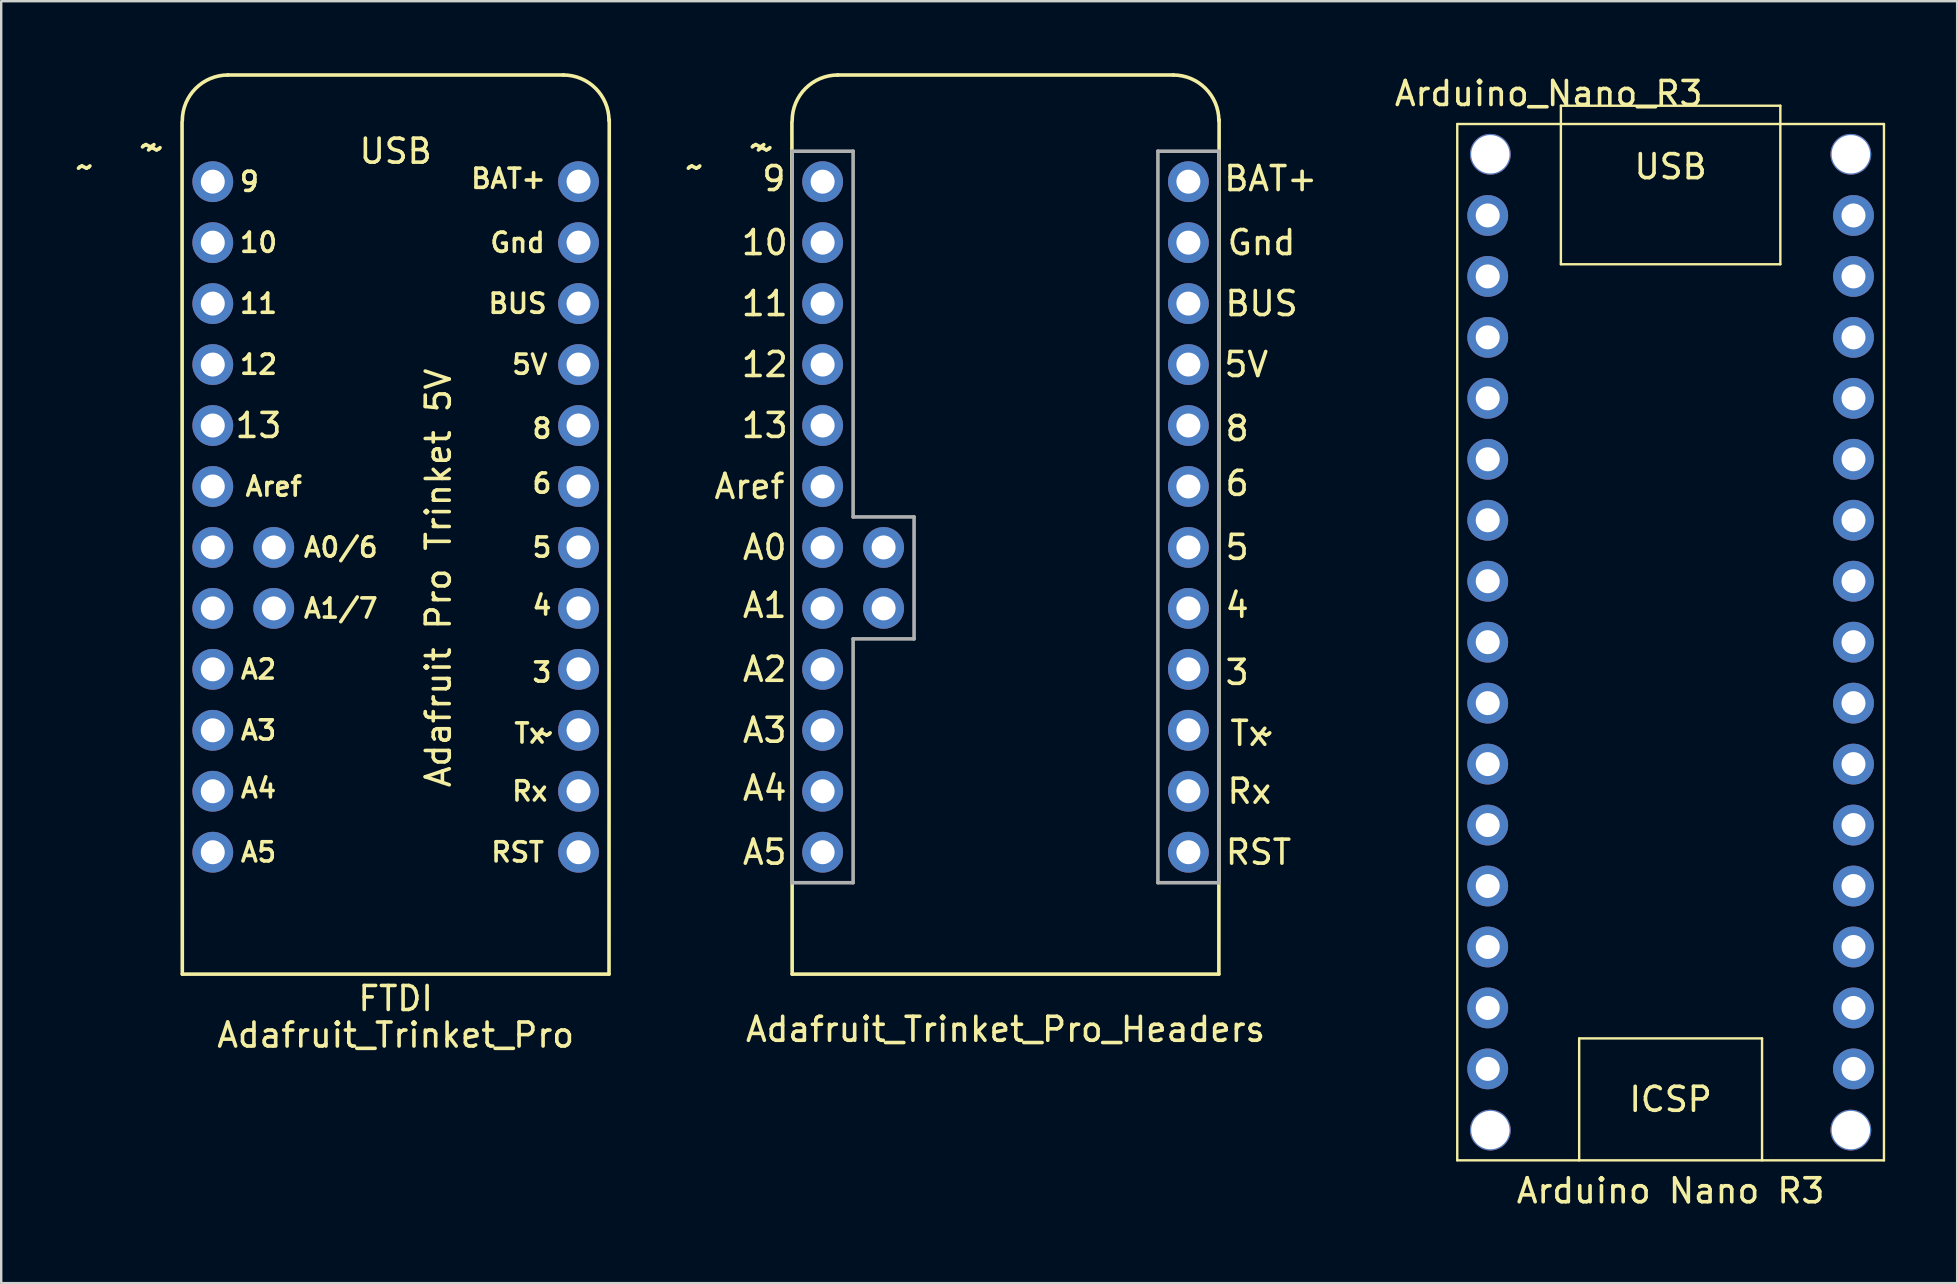
<source format=kicad_pcb>
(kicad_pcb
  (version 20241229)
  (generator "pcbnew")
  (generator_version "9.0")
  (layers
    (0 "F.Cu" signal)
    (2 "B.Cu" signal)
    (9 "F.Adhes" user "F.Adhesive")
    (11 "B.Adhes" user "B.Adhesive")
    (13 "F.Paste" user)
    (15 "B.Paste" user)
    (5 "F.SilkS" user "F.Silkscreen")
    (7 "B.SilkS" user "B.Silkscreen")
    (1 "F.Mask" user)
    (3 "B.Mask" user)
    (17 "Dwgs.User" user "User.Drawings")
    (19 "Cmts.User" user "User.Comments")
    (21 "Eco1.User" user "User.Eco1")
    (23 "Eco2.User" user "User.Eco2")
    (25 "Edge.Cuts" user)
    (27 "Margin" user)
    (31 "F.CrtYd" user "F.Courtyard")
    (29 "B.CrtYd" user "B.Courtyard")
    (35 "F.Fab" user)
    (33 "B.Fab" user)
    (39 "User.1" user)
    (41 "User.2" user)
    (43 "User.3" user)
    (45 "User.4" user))
  (footprint "Adafruit_Trinket_Pro"
    (layer "F.Cu")
    (at 13.436 18.49)
    (property "Reference" "Adafruit_Trinket_Pro" (at 0 21.59 0) (layer "F.SilkS") (effects (font (size 1 1) (thickness 0.15))))
    (attr through_hole)
    (fp_line (start -8.9 -16.45) (end -8.89 19.05) (stroke (width 0.15) (type solid)) (layer "F.SilkS"))
    (fp_line (start -8.89 19.05) (end 8.89 19.05) (stroke (width 0.15) (type solid)) (layer "F.SilkS"))
    (fp_line (start 7 -18.415) (end -7 -18.415) (stroke (width 0.15) (type solid)) (layer "F.SilkS"))
    (fp_line (start 8.9 -16.55) (end 8.89 19.05) (stroke (width 0.15) (type solid)) (layer "F.SilkS"))
    (fp_arc (start -8.89 -16.51) (mid -8.332038 -17.857038) (end -6.985 -18.415) (stroke (width 0.15) (type solid)) (layer "F.SilkS"))
    (fp_arc (start 6.985 -18.415) (mid 8.332038 -17.857038) (end 8.89 -16.51) (stroke (width 0.15) (type solid)) (layer "F.SilkS"))
    (fp_text user "Gnd" (at 5.08 -11.43 0) (layer "F.SilkS") (effects (font (size 0.8 0.8) (thickness 0.15))))
    (fp_text user "A0/6" (at -2.286 1.27 0) (layer "F.SilkS") (effects (font (size 0.8 0.8) (thickness 0.15))))
    (fp_text user "A5" (at -5.715 13.97 0) (layer "F.SilkS") (effects (font (size 0.8 0.8) (thickness 0.15))))
    (fp_text user "6" (at 6.096 -1.397 0) (layer "F.SilkS") (effects (font (size 0.8 0.8) (thickness 0.15))))
    (fp_text user "FTDI" (at 0 20.066 0) (layer "F.SilkS") (effects (font (size 1 1) (thickness 0.15))))
    (fp_text user "A3" (at -5.715 8.89 0) (layer "F.SilkS") (effects (font (size 0.8 0.8) (thickness 0.15))))
    (fp_text user "5" (at 6.096 1.27 0) (layer "F.SilkS") (effects (font (size 0.8 0.8) (thickness 0.15))))
    (fp_text user "BUS" (at 5.08 -8.89 0) (layer "F.SilkS") (effects (font (size 0.8 0.8) (thickness 0.15))))
    (fp_text user "A1/7" (at -2.286 3.81 0) (layer "F.SilkS") (effects (font (size 0.8 0.8) (thickness 0.15))))
    (fp_text user "~" (at -10.033 -15.367 0) (layer "F.SilkS") (effects (font (size 1 1) (thickness 0.15))))
    (fp_text user "9" (at -6.096 -13.97 0) (layer "F.SilkS") (effects (font (size 0.8 0.8) (thickness 0.15))))
    (fp_text user "13" (at -5.715 -3.81 0) (layer "F.SilkS") (effects (font (size 1 1) (thickness 0.15))))
    (fp_text user "~" (at -10.287 -15.494 0) (layer "F.SilkS") (effects (font (size 1 1) (thickness 0.15))))
    (fp_text user "A2" (at -5.715 6.35 0) (layer "F.SilkS") (effects (font (size 0.8 0.8) (thickness 0.15))))
    (fp_text user "10" (at -5.715 -11.43 0) (layer "F.SilkS") (effects (font (size 0.8 0.8) (thickness 0.15))))
    (fp_text user "BAT+" (at 4.699 -14.097 0) (layer "F.SilkS") (effects (font (size 0.8 0.8) (thickness 0.15))))
    (fp_text user "3" (at 6.096 6.477 0) (layer "F.SilkS") (effects (font (size 0.8 0.8) (thickness 0.15))))
    (fp_text user "8" (at 6.096 -3.683 0) (layer "F.SilkS") (effects (font (size 0.8 0.8) (thickness 0.15))))
    (fp_text user "Aref" (at -5.08 -1.27 0) (layer "F.SilkS") (effects (font (size 0.8 0.8) (thickness 0.15))))
    (fp_text user "Tx" (at 5.588 9.017 0) (layer "F.SilkS") (effects (font (size 0.8 0.8) (thickness 0.15))))
    (fp_text user "A4" (at -5.715 11.303 0) (layer "F.SilkS") (effects (font (size 0.8 0.8) (thickness 0.15))))
    (fp_text user "Rx" (at 5.588 11.43 0) (layer "F.SilkS") (effects (font (size 0.8 0.8) (thickness 0.15))))
    (fp_text user "Adafruit Pro Trinket 5V" (at 1.778 2.54 90) (layer "F.SilkS") (effects (font (size 1 1) (thickness 0.15))))
    (fp_text user "RST" (at 5.08 13.97 0) (layer "F.SilkS") (effects (font (size 0.8 0.8) (thickness 0.15))))
    (fp_text user "11" (at -5.715 -8.89 0) (layer "F.SilkS") (effects (font (size 0.8 0.8) (thickness 0.15))))
    (fp_text user "~" (at -12.954 -14.605 0) (layer "F.SilkS") (effects (font (size 1 1) (thickness 0.15))))
    (fp_text user "12" (at -5.715 -6.35 0) (layer "F.SilkS") (effects (font (size 0.8 0.8) (thickness 0.15))))
    (fp_text user "5V" (at 5.588 -6.35 0) (layer "F.SilkS") (effects (font (size 0.8 0.8) (thickness 0.15))))
    (fp_text user "USB" (at 0 -15.24 0) (layer "F.SilkS") (effects (font (size 1 1) (thickness 0.15))))
    (fp_text user "4" (at 6.096 3.683 0) (layer "F.SilkS") (effects (font (size 0.8 0.8) (thickness 0.15))))
    (fp_text user "~" (at 6.223 9.017 0) (layer "F.SilkS") (effects (font (size 1 1) (thickness 0.15))))
    (pad "1" thru_hole circle (at -7.62 -13.97) (size 1.7 1.7) (drill 1) (layers "*.Cu" "*.Mask"))
    (pad "2" thru_hole circle (at -7.62 -11.43) (size 1.7 1.7) (drill 1) (layers "*.Cu" "*.Mask"))
    (pad "3" thru_hole circle (at -7.62 -8.89) (size 1.7 1.7) (drill 1) (layers "*.Cu" "*.Mask"))
    (pad "4" thru_hole circle (at -7.62 -6.35) (size 1.7 1.7) (drill 1) (layers "*.Cu" "*.Mask"))
    (pad "5" thru_hole circle (at -7.62 -3.81) (size 1.7 1.7) (drill 1) (layers "*.Cu" "*.Mask"))
    (pad "6" thru_hole circle (at -7.62 -1.27) (size 1.7 1.7) (drill 1) (layers "*.Cu" "*.Mask"))
    (pad "7" thru_hole circle (at -7.62 1.27) (size 1.7 1.7) (drill 1) (layers "*.Cu" "*.Mask"))
    (pad "7A" thru_hole circle (at -5.08 1.27) (size 1.7 1.7) (drill 1) (layers "*.Cu" "*.Mask"))
    (pad "8" thru_hole circle (at -7.62 3.81) (size 1.7 1.7) (drill 1) (layers "*.Cu" "*.Mask"))
    (pad "8A" thru_hole circle (at -5.08 3.81) (size 1.7 1.7) (drill 1) (layers "*.Cu" "*.Mask"))
    (pad "9" thru_hole circle (at -7.62 6.35) (size 1.7 1.7) (drill 1) (layers "*.Cu" "*.Mask"))
    (pad "10" thru_hole circle (at -7.62 8.89) (size 1.7 1.7) (drill 1) (layers "*.Cu" "*.Mask"))
    (pad "11" thru_hole circle (at -7.62 11.43) (size 1.7 1.7) (drill 1) (layers "*.Cu" "*.Mask"))
    (pad "12" thru_hole circle (at -7.62 13.97) (size 1.7 1.7) (drill 1) (layers "*.Cu" "*.Mask"))
    (pad "13" thru_hole circle (at 7.62 13.97) (size 1.7 1.7) (drill 1) (layers "*.Cu" "*.Mask"))
    (pad "14" thru_hole circle (at 7.62 11.43) (size 1.7 1.7) (drill 1) (layers "*.Cu" "*.Mask"))
    (pad "15" thru_hole circle (at 7.62 8.89) (size 1.7 1.7) (drill 1) (layers "*.Cu" "*.Mask"))
    (pad "16" thru_hole circle (at 7.62 6.35) (size 1.7 1.7) (drill 1) (layers "*.Cu" "*.Mask"))
    (pad "17" thru_hole circle (at 7.62 3.81) (size 1.7 1.7) (drill 1) (layers "*.Cu" "*.Mask"))
    (pad "18" thru_hole circle (at 7.62 1.27) (size 1.7 1.7) (drill 1) (layers "*.Cu" "*.Mask"))
    (pad "19" thru_hole circle (at 7.62 -1.27) (size 1.7 1.7) (drill 1) (layers "*.Cu" "*.Mask"))
    (pad "20" thru_hole circle (at 7.62 -3.81) (size 1.7 1.7) (drill 1) (layers "*.Cu" "*.Mask"))
    (pad "21" thru_hole circle (at 7.62 -6.35) (size 1.7 1.7) (drill 1) (layers "*.Cu" "*.Mask"))
    (pad "22" thru_hole circle (at 7.62 -8.89) (size 1.7 1.7) (drill 1) (layers "*.Cu" "*.Mask"))
    (pad "23" thru_hole circle (at 7.62 -11.43) (size 1.7 1.7) (drill 1) (layers "*.Cu" "*.Mask"))
    (pad "24" thru_hole circle (at 7.62 -13.97) (size 1.7 1.7) (drill 1) (layers "*.Cu" "*.Mask")))
  (footprint "Adafruit_Trinket_Pro_Headers"
    (layer "F.Cu")
    (at 38.847 18.49)
    (property "Reference" "Adafruit_Trinket_Pro_Headers" (at 0 21.35 0) (layer "F.SilkS") (effects (font (size 1 1) (thickness 0.15))))
    (attr through_hole)
    (fp_line (start -8.9 -16.45) (end -8.89 19.05) (stroke (width 0.15) (type solid)) (layer "F.SilkS"))
    (fp_line (start -8.89 19.05) (end 8.89 19.05) (stroke (width 0.15) (type solid)) (layer "F.SilkS"))
    (fp_line (start 7 -18.415) (end -7 -18.415) (stroke (width 0.15) (type solid)) (layer "F.SilkS"))
    (fp_line (start 8.9 -16.55) (end 8.89 19.05) (stroke (width 0.15) (type solid)) (layer "F.SilkS"))
    (fp_arc (start -8.89 -16.51) (mid -8.332038 -17.857038) (end -6.985 -18.415) (stroke (width 0.15) (type solid)) (layer "F.SilkS"))
    (fp_arc (start 6.985 -18.415) (mid 8.332038 -17.857038) (end 8.89 -16.51) (stroke (width 0.15) (type solid)) (layer "F.SilkS"))
    (fp_line (start -8.89 -15.24) (end -6.35 -15.24) (stroke (width 0.15) (type solid)) (layer "F.Fab"))
    (fp_line (start -8.89 15.24) (end -8.89 -15.24) (stroke (width 0.15) (type solid)) (layer "F.Fab"))
    (fp_line (start -6.35 -15.24) (end -6.35 0) (stroke (width 0.15) (type solid)) (layer "F.Fab"))
    (fp_line (start -6.35 0) (end -3.81 0) (stroke (width 0.15) (type solid)) (layer "F.Fab"))
    (fp_line (start -6.35 5.08) (end -6.35 15.24) (stroke (width 0.15) (type solid)) (layer "F.Fab"))
    (fp_line (start -6.35 15.24) (end -8.89 15.24) (stroke (width 0.15) (type solid)) (layer "F.Fab"))
    (fp_line (start -3.81 0) (end -3.81 5.08) (stroke (width 0.15) (type solid)) (layer "F.Fab"))
    (fp_line (start -3.81 5.08) (end -6.35 5.08) (stroke (width 0.15) (type solid)) (layer "F.Fab"))
    (fp_line (start 6.35 -15.24) (end 8.89 -15.24) (stroke (width 0.15) (type solid)) (layer "F.Fab"))
    (fp_line (start 6.35 15.24) (end 6.35 -15.24) (stroke (width 0.15) (type solid)) (layer "F.Fab"))
    (fp_line (start 8.89 -15.24) (end 8.89 15.24) (stroke (width 0.15) (type solid)) (layer "F.Fab"))
    (fp_line (start 8.89 15.24) (end 6.35 15.24) (stroke (width 0.15) (type solid)) (layer "F.Fab"))
    (fp_text user "A3" (at -10.033 8.89 0) (layer "F.SilkS") (effects (font (size 1 1) (thickness 0.15))))
    (fp_text user "A5" (at -10.033 13.97 0) (layer "F.SilkS") (effects (font (size 1 1) (thickness 0.15))))
    (fp_text user "A1" (at -10.033 3.683 0) (layer "F.SilkS") (effects (font (size 1 1) (thickness 0.15))))
    (fp_text user "5" (at 9.652 1.27 0) (layer "F.SilkS") (effects (font (size 1 1) (thickness 0.15))))
    (fp_text user "BUS" (at 10.668 -8.89 0) (layer "F.SilkS") (effects (font (size 1 1) (thickness 0.15))))
    (fp_text user "Gnd" (at 10.668 -11.43 0) (layer "F.SilkS") (effects (font (size 1 1) (thickness 0.15))))
    (fp_text user "Tx" (at 10.16 9.017 0) (layer "F.SilkS") (effects (font (size 1 1) (thickness 0.15))))
    (fp_text user "6" (at 9.652 -1.397 0) (layer "F.SilkS") (effects (font (size 1 1) (thickness 0.15))))
    (fp_text user "4" (at 9.652 3.683 0) (layer "F.SilkS") (effects (font (size 1 1) (thickness 0.15))))
    (fp_text user "BAT+" (at 11.049 -14.097 0) (layer "F.SilkS") (effects (font (size 1 1) (thickness 0.15))))
    (fp_text user "~" (at 10.795 9.017 0) (layer "F.SilkS") (effects (font (size 1 1) (thickness 0.15))))
    (fp_text user "A2" (at -10.033 6.35 0) (layer "F.SilkS") (effects (font (size 1 1) (thickness 0.15))))
    (fp_text user "13" (at -10.033 -3.81 0) (layer "F.SilkS") (effects (font (size 1 1) (thickness 0.15))))
    (fp_text user "Aref" (at -10.668 -1.27 0) (layer "F.SilkS") (effects (font (size 1 1) (thickness 0.15))))
    (fp_text user "~" (at -10.033 -15.367 0) (layer "F.SilkS") (effects (font (size 1 1) (thickness 0.15))))
    (fp_text user "12" (at -10.033 -6.35 0) (layer "F.SilkS") (effects (font (size 1 1) (thickness 0.15))))
    (fp_text user "11" (at -10.033 -8.89 0) (layer "F.SilkS") (effects (font (size 1 1) (thickness 0.15))))
    (fp_text user "~" (at -10.287 -15.494 0) (layer "F.SilkS") (effects (font (size 1 1) (thickness 0.15))))
    (fp_text user "Rx" (at 10.16 11.43 0) (layer "F.SilkS") (effects (font (size 1 1) (thickness 0.15))))
    (fp_text user "5V" (at 10.033 -6.35 0) (layer "F.SilkS") (effects (font (size 1 1) (thickness 0.15))))
    (fp_text user "8" (at 9.652 -3.683 0) (layer "F.SilkS") (effects (font (size 1 1) (thickness 0.15))))
    (fp_text user "A0" (at -10.033 1.27 0) (layer "F.SilkS") (effects (font (size 1 1) (thickness 0.15))))
    (fp_text user "3" (at 9.652 6.477 0) (layer "F.SilkS") (effects (font (size 1 1) (thickness 0.15))))
    (fp_text user "9" (at -9.652 -14.097 0) (layer "F.SilkS") (effects (font (size 1 1) (thickness 0.15))))
    (fp_text user "RST" (at 10.541 13.97 0) (layer "F.SilkS") (effects (font (size 1 1) (thickness 0.15))))
    (fp_text user "10" (at -10.033 -11.43 0) (layer "F.SilkS") (effects (font (size 1 1) (thickness 0.15))))
    (fp_text user "~" (at -12.954 -14.605 0) (layer "F.SilkS") (effects (font (size 1 1) (thickness 0.15))))
    (fp_text user "A4" (at -10.033 11.303 0) (layer "F.SilkS") (effects (font (size 1 1) (thickness 0.15))))
    (pad "1" thru_hole circle (at -7.62 -13.97) (size 1.7 1.7) (drill 1) (layers "*.Cu" "*.Mask"))
    (pad "2" thru_hole circle (at -7.62 -11.43) (size 1.7 1.7) (drill 1) (layers "*.Cu" "*.Mask"))
    (pad "3" thru_hole circle (at -7.62 -8.89) (size 1.7 1.7) (drill 1) (layers "*.Cu" "*.Mask"))
    (pad "4" thru_hole circle (at -7.62 -6.35) (size 1.7 1.7) (drill 1) (layers "*.Cu" "*.Mask"))
    (pad "5" thru_hole circle (at -7.62 -3.81) (size 1.7 1.7) (drill 1) (layers "*.Cu" "*.Mask"))
    (pad "6" thru_hole circle (at -7.62 -1.27) (size 1.7 1.7) (drill 1) (layers "*.Cu" "*.Mask"))
    (pad "7" thru_hole circle (at -7.62 1.27) (size 1.7 1.7) (drill 1) (layers "*.Cu" "*.Mask"))
    (pad "7A" thru_hole circle (at -5.08 1.27) (size 1.7 1.7) (drill 1) (layers "*.Cu" "*.Mask"))
    (pad "8" thru_hole circle (at -7.62 3.81) (size 1.7 1.7) (drill 1) (layers "*.Cu" "*.Mask"))
    (pad "8A" thru_hole circle (at -5.08 3.81) (size 1.7 1.7) (drill 1) (layers "*.Cu" "*.Mask"))
    (pad "9" thru_hole circle (at -7.62 6.35) (size 1.7 1.7) (drill 1) (layers "*.Cu" "*.Mask"))
    (pad "10" thru_hole circle (at -7.62 8.89) (size 1.7 1.7) (drill 1) (layers "*.Cu" "*.Mask"))
    (pad "11" thru_hole circle (at -7.62 11.43) (size 1.7 1.7) (drill 1) (layers "*.Cu" "*.Mask"))
    (pad "12" thru_hole circle (at -7.62 13.97) (size 1.7 1.7) (drill 1) (layers "*.Cu" "*.Mask"))
    (pad "13" thru_hole circle (at 7.62 13.97) (size 1.7 1.7) (drill 1) (layers "*.Cu" "*.Mask"))
    (pad "14" thru_hole circle (at 7.62 11.43) (size 1.7 1.7) (drill 1) (layers "*.Cu" "*.Mask"))
    (pad "15" thru_hole circle (at 7.62 8.89) (size 1.7 1.7) (drill 1) (layers "*.Cu" "*.Mask"))
    (pad "16" thru_hole circle (at 7.62 6.35) (size 1.7 1.7) (drill 1) (layers "*.Cu" "*.Mask"))
    (pad "17" thru_hole circle (at 7.62 3.81) (size 1.7 1.7) (drill 1) (layers "*.Cu" "*.Mask"))
    (pad "18" thru_hole circle (at 7.62 1.27) (size 1.7 1.7) (drill 1) (layers "*.Cu" "*.Mask"))
    (pad "19" thru_hole circle (at 7.62 -1.27) (size 1.7 1.7) (drill 1) (layers "*.Cu" "*.Mask"))
    (pad "20" thru_hole circle (at 7.62 -3.81) (size 1.7 1.7) (drill 1) (layers "*.Cu" "*.Mask"))
    (pad "21" thru_hole circle (at 7.62 -6.35) (size 1.7 1.7) (drill 1) (layers "*.Cu" "*.Mask"))
    (pad "22" thru_hole circle (at 7.62 -8.89) (size 1.7 1.7) (drill 1) (layers "*.Cu" "*.Mask"))
    (pad "23" thru_hole circle (at 7.62 -11.43) (size 1.7 1.7) (drill 1) (layers "*.Cu" "*.Mask"))
    (pad "24" thru_hole circle (at 7.62 -13.97) (size 1.7 1.7) (drill 1) (layers "*.Cu" "*.Mask")))
  (footprint "Arduino_Nano_R3"
    (layer "F.Cu")
    (at 66.56 23.708)
    (property "Reference" "Arduino_Nano_R3" (at -5.08 -22.86 0) (layer "F.SilkS") (effects (font (size 1 1) (thickness 0.15))))
    (attr through_hole)
    (fp_line (start -8.89 -21.59) (end 8.89 -21.59) (stroke (width 0.1) (type solid)) (layer "F.SilkS"))
    (fp_line (start -8.89 21.59) (end -8.89 -21.59) (stroke (width 0.1) (type solid)) (layer "F.SilkS"))
    (fp_line (start -4.572 -22.352) (end -4.572 -15.748) (stroke (width 0.1) (type solid)) (layer "F.SilkS"))
    (fp_line (start -4.572 -15.748) (end 4.572 -15.748) (stroke (width 0.1) (type solid)) (layer "F.SilkS"))
    (fp_line (start -3.81 16.51) (end -3.81 21.59) (stroke (width 0.1) (type solid)) (layer "F.SilkS"))
    (fp_line (start 3.81 16.51) (end -3.81 16.51) (stroke (width 0.1) (type solid)) (layer "F.SilkS"))
    (fp_line (start 3.81 21.59) (end 3.81 16.51) (stroke (width 0.1) (type solid)) (layer "F.SilkS"))
    (fp_line (start 4.572 -22.352) (end -4.572 -22.352) (stroke (width 0.1) (type solid)) (layer "F.SilkS"))
    (fp_line (start 4.572 -15.748) (end 4.572 -22.352) (stroke (width 0.1) (type solid)) (layer "F.SilkS"))
    (fp_line (start 8.89 -21.59) (end 8.89 21.59) (stroke (width 0.1) (type solid)) (layer "F.SilkS"))
    (fp_line (start 8.89 21.59) (end -8.89 21.59) (stroke (width 0.1) (type solid)) (layer "F.SilkS"))
    (fp_text user "ICSP" (at 0 19.05 0) (layer "F.SilkS") (effects (font (size 1 1) (thickness 0.15))))
    (fp_text user "USB" (at 0 -19.812 0) (layer "F.SilkS") (effects (font (size 1 1) (thickness 0.15))))
    (fp_text user "Arduino Nano R3" (at 0 22.86 0) (layer "F.SilkS") (effects (font (size 1 1) (thickness 0.15))))
    (pad "" np_thru_hole circle (at -7.51 -20.33) (size 1.7 1.7) (drill 1.6) (layers "*.Cu" "*.Mask"))
    (pad "" np_thru_hole circle (at -7.51 20.33) (size 1.7 1.7) (drill 1.6) (layers "*.Cu" "*.Mask"))
    (pad "" np_thru_hole circle (at 7.51 -20.33) (size 1.7 1.7) (drill 1.6) (layers "*.Cu" "*.Mask"))
    (pad "" np_thru_hole circle (at 7.51 20.33) (size 1.7 1.7) (drill 1.6) (layers "*.Cu" "*.Mask"))
    (pad "1" thru_hole circle (at -7.62 -17.78) (size 1.7 1.7) (drill 1) (layers "*.Cu" "*.Mask"))
    (pad "2" thru_hole circle (at -7.62 -15.24) (size 1.7 1.7) (drill 1) (layers "*.Cu" "*.Mask"))
    (pad "3" thru_hole circle (at -7.62 -12.7) (size 1.7 1.7) (drill 1) (layers "*.Cu" "*.Mask"))
    (pad "4" thru_hole circle (at -7.62 -10.16) (size 1.7 1.7) (drill 1) (layers "*.Cu" "*.Mask"))
    (pad "5" thru_hole circle (at -7.62 -7.62) (size 1.7 1.7) (drill 1) (layers "*.Cu" "*.Mask"))
    (pad "6" thru_hole circle (at -7.62 -5.08) (size 1.7 1.7) (drill 1) (layers "*.Cu" "*.Mask"))
    (pad "7" thru_hole circle (at -7.62 -2.54) (size 1.7 1.7) (drill 1) (layers "*.Cu" "*.Mask"))
    (pad "8" thru_hole circle (at -7.62 0) (size 1.7 1.7) (drill 1) (layers "*.Cu" "*.Mask"))
    (pad "9" thru_hole circle (at -7.62 2.54) (size 1.7 1.7) (drill 1) (layers "*.Cu" "*.Mask"))
    (pad "10" thru_hole circle (at -7.62 5.08) (size 1.7 1.7) (drill 1) (layers "*.Cu" "*.Mask"))
    (pad "11" thru_hole circle (at -7.62 7.62) (size 1.7 1.7) (drill 1) (layers "*.Cu" "*.Mask"))
    (pad "12" thru_hole circle (at -7.62 10.16) (size 1.7 1.7) (drill 1) (layers "*.Cu" "*.Mask"))
    (pad "13" thru_hole circle (at -7.62 12.7) (size 1.7 1.7) (drill 1) (layers "*.Cu" "*.Mask"))
    (pad "14" thru_hole circle (at -7.62 15.24) (size 1.7 1.7) (drill 1) (layers "*.Cu" "*.Mask"))
    (pad "15" thru_hole circle (at -7.62 17.78) (size 1.7 1.7) (drill 1) (layers "*.Cu" "*.Mask"))
    (pad "16" thru_hole circle (at 7.62 17.78) (size 1.7 1.7) (drill 1) (layers "*.Cu" "*.Mask"))
    (pad "17" thru_hole circle (at 7.62 15.24) (size 1.7 1.7) (drill 1) (layers "*.Cu" "*.Mask"))
    (pad "18" thru_hole circle (at 7.62 12.7) (size 1.7 1.7) (drill 1) (layers "*.Cu" "*.Mask"))
    (pad "19" thru_hole circle (at 7.62 10.16) (size 1.7 1.7) (drill 1) (layers "*.Cu" "*.Mask"))
    (pad "20" thru_hole circle (at 7.62 7.62) (size 1.7 1.7) (drill 1) (layers "*.Cu" "*.Mask"))
    (pad "21" thru_hole circle (at 7.62 5.08) (size 1.7 1.7) (drill 1) (layers "*.Cu" "*.Mask"))
    (pad "22" thru_hole circle (at 7.62 2.54) (size 1.7 1.7) (drill 1) (layers "*.Cu" "*.Mask"))
    (pad "23" thru_hole circle (at 7.62 0) (size 1.7 1.7) (drill 1) (layers "*.Cu" "*.Mask"))
    (pad "24" thru_hole circle (at 7.62 -2.54) (size 1.7 1.7) (drill 1) (layers "*.Cu" "*.Mask"))
    (pad "25" thru_hole circle (at 7.62 -5.08) (size 1.7 1.7) (drill 1) (layers "*.Cu" "*.Mask"))
    (pad "26" thru_hole circle (at 7.62 -7.62) (size 1.7 1.7) (drill 1) (layers "*.Cu" "*.Mask"))
    (pad "27" thru_hole circle (at 7.62 -10.16) (size 1.7 1.7) (drill 1) (layers "*.Cu" "*.Mask"))
    (pad "28" thru_hole circle (at 7.62 -12.7) (size 1.7 1.7) (drill 1) (layers "*.Cu" "*.Mask"))
    (pad "29" thru_hole circle (at 7.62 -15.24) (size 1.7 1.7) (drill 1) (layers "*.Cu" "*.Mask"))
    (pad "30" thru_hole circle (at 7.62 -17.78) (size 1.7 1.7) (drill 1) (layers "*.Cu" "*.Mask")))
  (gr_rect
    (start -3 -3)
    (end 78.5 50.416)
    (stroke (width 0.1) (type default))
    (fill no)
    (layer "Edge.Cuts")))
</source>
